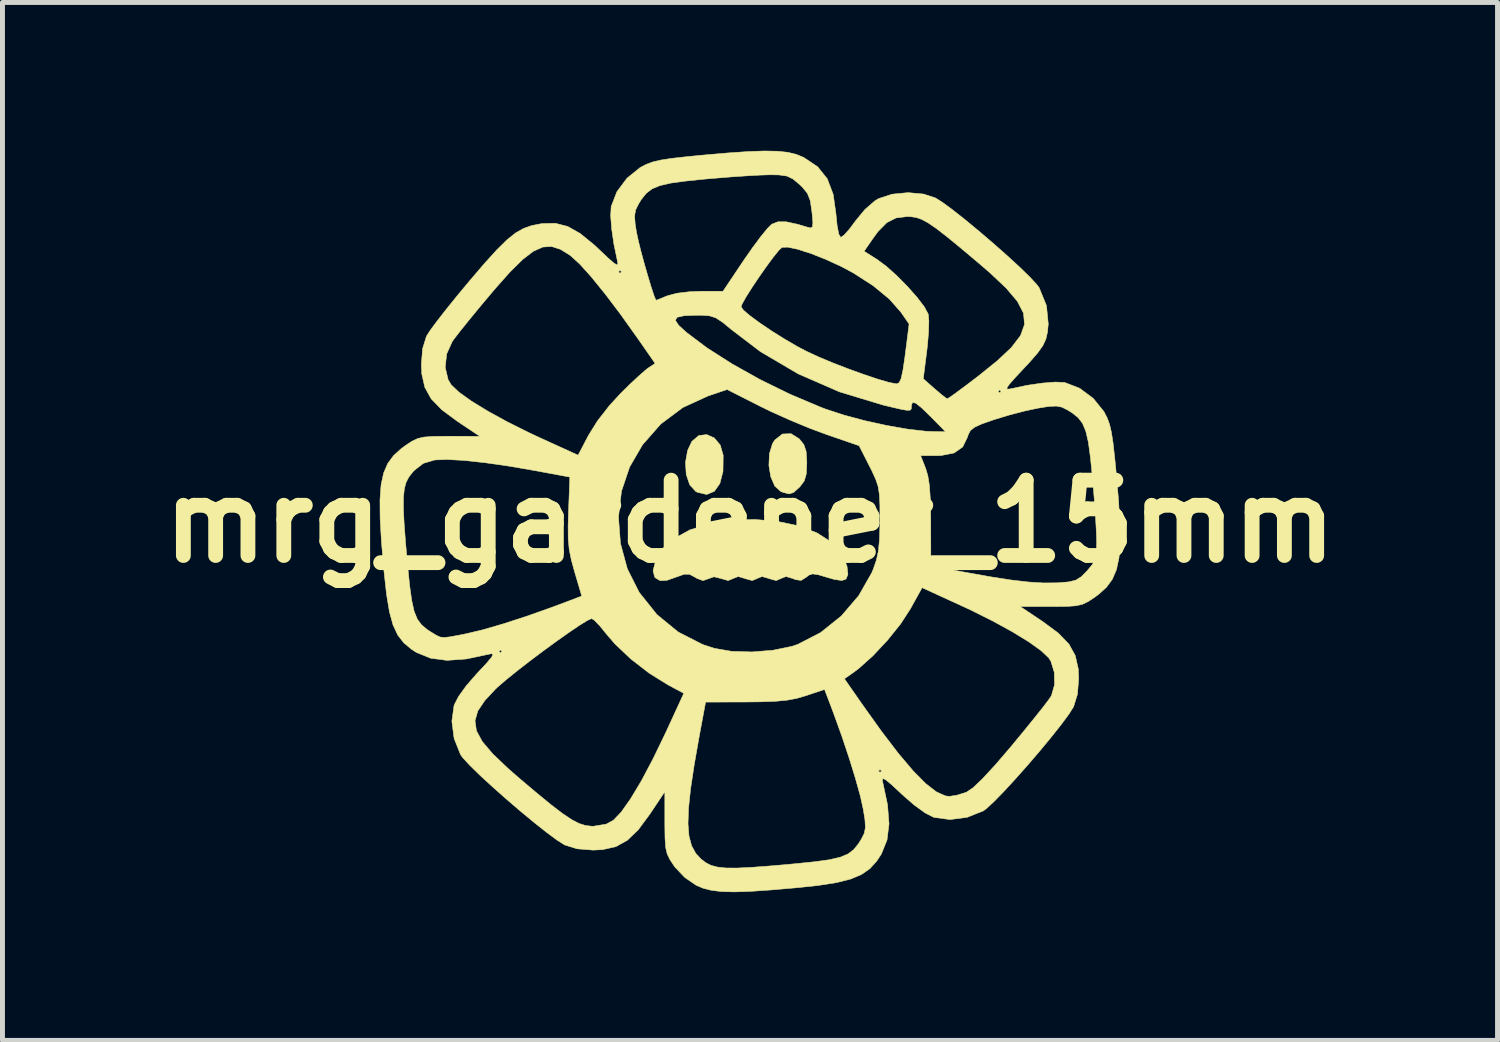
<source format=kicad_pcb>
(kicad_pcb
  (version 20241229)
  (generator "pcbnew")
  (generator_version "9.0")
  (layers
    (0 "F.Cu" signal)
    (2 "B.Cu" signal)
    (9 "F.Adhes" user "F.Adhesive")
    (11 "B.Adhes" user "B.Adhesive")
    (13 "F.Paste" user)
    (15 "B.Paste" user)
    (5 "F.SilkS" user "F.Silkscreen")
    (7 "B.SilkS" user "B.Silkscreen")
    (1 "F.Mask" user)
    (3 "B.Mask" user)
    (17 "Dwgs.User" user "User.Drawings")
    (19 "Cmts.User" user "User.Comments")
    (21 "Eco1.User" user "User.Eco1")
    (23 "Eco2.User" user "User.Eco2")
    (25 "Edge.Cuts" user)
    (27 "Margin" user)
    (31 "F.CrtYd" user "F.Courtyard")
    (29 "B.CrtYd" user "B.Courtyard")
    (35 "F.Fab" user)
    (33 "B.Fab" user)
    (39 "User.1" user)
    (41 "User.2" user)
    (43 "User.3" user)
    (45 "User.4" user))
  (footprint "mrg_gardener_15mm"
    (layer "F.Cu")
    (at 12.127 7.501)
    (property "Reference" "mrg_gardener_15mm" (at 0 0 0) (layer "F.SilkS") (effects (font (size 1.524 1.524) (thickness 0.3))))
    (attr through_hole)
    (fp_poly (pts (xy -0.723 -1.689) (xy -0.603 -1.546) (xy -0.543 -1.339) (xy -0.543 -1.33) (xy -0.547 -1.012) (xy -0.61 -0.768) (xy -0.722 -0.609) (xy -0.876 -0.545) (xy -1.063 -0.588) (xy -1.099 -0.607) (xy -1.221 -0.742) (xy -1.291 -0.95) (xy -1.306 -1.194) (xy -1.263 -1.437) (xy -1.176 -1.62) (xy -1.036 -1.738) (xy -0.876 -1.757) (xy -0.723 -1.689)) (stroke (width 0.01) (type solid)) (fill yes) (layer "F.SilkS"))
    (fp_poly (pts (xy 0.997 -1.67) (xy 1.089 -1.554) (xy 1.135 -1.419) (xy 1.149 -1.216) (xy 1.149 -1.179) (xy 1.139 -0.962) (xy 1.098 -0.82) (xy 1.012 -0.705) (xy 1.001 -0.693) (xy 0.882 -0.586) (xy 0.789 -0.556) (xy 0.665 -0.589) (xy 0.623 -0.605) (xy 0.502 -0.714) (xy 0.42 -0.901) (xy 0.382 -1.131) (xy 0.392 -1.368) (xy 0.455 -1.575) (xy 0.5 -1.646) (xy 0.656 -1.769) (xy 0.83 -1.775) (xy 0.997 -1.67)) (stroke (width 0.01) (type solid)) (fill yes) (layer "F.SilkS"))
    (fp_poly (pts (xy 0.547 -0.002) (xy 0.976 0.088) (xy 1.351 0.23) (xy 1.651 0.421) (xy 1.748 0.517) (xy 1.881 0.708) (xy 1.962 0.904) (xy 1.981 1.072) (xy 1.942 1.167) (xy 1.858 1.196) (xy 1.703 1.173) (xy 1.561 1.132) (xy 1.375 1.077) (xy 1.264 1.062) (xy 1.189 1.088) (xy 1.137 1.13) (xy 1.033 1.194) (xy 0.916 1.177) (xy 0.87 1.157) (xy 0.73 1.115) (xy 0.631 1.152) (xy 0.626 1.156) (xy 0.528 1.197) (xy 0.391 1.159) (xy 0.385 1.156) (xy 0.245 1.115) (xy 0.146 1.153) (xy 0.143 1.156) (xy 0.044 1.197) (xy -0.093 1.159) (xy -0.099 1.156) (xy -0.238 1.115) (xy -0.338 1.153) (xy -0.341 1.156) (xy -0.444 1.197) (xy -0.578 1.158) (xy -0.729 1.12) (xy -0.842 1.16) (xy -0.952 1.198) (xy -1.074 1.153) (xy -1.109 1.131) (xy -1.224 1.07) (xy -1.329 1.068) (xy -1.476 1.12) (xy -1.683 1.193) (xy -1.82 1.199) (xy -1.917 1.14) (xy -1.93 1.125) (xy -1.962 1) (xy -1.918 0.825) (xy -1.814 0.632) (xy -1.663 0.449) (xy -1.552 0.355) (xy -1.218 0.172) (xy -0.817 0.046) (xy -0.373 -0.024) (xy 0.089 -0.04) (xy 0.547 -0.002)) (stroke (width 0.01) (type solid)) (fill yes) (layer "F.SilkS"))
    (fp_poly (pts (xy 0.555 -7.491) (xy 0.763 -7.469) (xy 0.931 -7.429) (xy 1.076 -7.37) (xy 1.09 -7.363) (xy 1.368 -7.177) (xy 1.563 -6.934) (xy 1.683 -6.618) (xy 1.737 -6.238) (xy 1.763 -5.982) (xy 1.796 -5.813) (xy 1.835 -5.748) (xy 1.838 -5.748) (xy 1.904 -5.795) (xy 2.013 -5.917) (xy 2.134 -6.08) (xy 2.326 -6.313) (xy 2.527 -6.487) (xy 2.601 -6.532) (xy 2.876 -6.622) (xy 3.198 -6.653) (xy 3.514 -6.624) (xy 3.752 -6.546) (xy 3.899 -6.453) (xy 4.109 -6.298) (xy 4.363 -6.097) (xy 4.644 -5.864) (xy 4.933 -5.617) (xy 5.212 -5.37) (xy 5.462 -5.14) (xy 5.665 -4.942) (xy 5.804 -4.792) (xy 5.851 -4.728) (xy 5.999 -4.365) (xy 6.035 -3.995) (xy 6.019 -3.83) (xy 5.987 -3.689) (xy 5.925 -3.556) (xy 5.817 -3.405) (xy 5.646 -3.209) (xy 5.544 -3.101) (xy 5.355 -2.898) (xy 5.241 -2.768) (xy 5.196 -2.698) (xy 5.211 -2.675) (xy 5.278 -2.684) (xy 5.292 -2.687) (xy 5.606 -2.754) (xy 5.914 -2.799) (xy 6.179 -2.82) (xy 6.367 -2.811) (xy 6.374 -2.809) (xy 6.671 -2.694) (xy 6.946 -2.489) (xy 7.16 -2.224) (xy 7.164 -2.217) (xy 7.226 -2.098) (xy 7.274 -1.968) (xy 7.313 -1.803) (xy 7.347 -1.58) (xy 7.381 -1.275) (xy 7.409 -0.991) (xy 7.458 -0.415) (xy 7.485 0.056) (xy 7.488 0.435) (xy 7.466 0.738) (xy 7.414 0.979) (xy 7.331 1.172) (xy 7.214 1.331) (xy 7.061 1.47) (xy 6.965 1.541) (xy 6.838 1.624) (xy 6.726 1.677) (xy 6.597 1.707) (xy 6.417 1.72) (xy 6.155 1.723) (xy 6.085 1.723) (xy 5.467 1.722) (xy 5.922 2.026) (xy 6.237 2.259) (xy 6.452 2.481) (xy 6.581 2.714) (xy 6.642 2.984) (xy 6.651 3.177) (xy 6.625 3.498) (xy 6.548 3.747) (xy 6.546 3.752) (xy 6.452 3.901) (xy 6.295 4.113) (xy 6.092 4.369) (xy 5.858 4.652) (xy 5.609 4.942) (xy 5.36 5.222) (xy 5.129 5.473) (xy 4.93 5.676) (xy 4.78 5.814) (xy 4.719 5.858) (xy 4.392 5.988) (xy 4.045 6.033) (xy 3.724 5.989) (xy 3.712 5.985) (xy 3.544 5.899) (xy 3.326 5.742) (xy 3.088 5.535) (xy 3.06 5.509) (xy 2.867 5.329) (xy 2.747 5.229) (xy 2.687 5.201) (xy 2.677 5.238) (xy 2.682 5.261) (xy 2.782 5.731) (xy 2.813 6.12) (xy 2.772 6.446) (xy 2.659 6.728) (xy 2.564 6.873) (xy 2.427 7.025) (xy 2.257 7.144) (xy 2.036 7.237) (xy 1.746 7.31) (xy 1.369 7.368) (xy 0.954 7.412) (xy 0.432 7.457) (xy 0.014 7.486) (xy -0.317 7.497) (xy -0.577 7.49) (xy -0.782 7.465) (xy -0.95 7.422) (xy -1.09 7.363) (xy -1.321 7.204) (xy -1.522 6.992) (xy -1.541 6.965) (xy -1.624 6.838) (xy -1.677 6.726) (xy -1.707 6.596) (xy -1.72 6.415) (xy -1.724 6.152) (xy -1.724 6.118) (xy -1.255 6.118) (xy -1.235 6.368) (xy -1.182 6.564) (xy -1.098 6.717) (xy -0.993 6.83) (xy -0.898 6.904) (xy -0.792 6.959) (xy -0.662 6.994) (xy -0.489 7.013) (xy -0.258 7.014) (xy 0.045 6.999) (xy 0.439 6.969) (xy 0.903 6.928) (xy 1.304 6.887) (xy 1.604 6.846) (xy 1.824 6.795) (xy 1.983 6.729) (xy 2.101 6.639) (xy 2.197 6.518) (xy 2.255 6.424) (xy 2.312 6.311) (xy 2.334 6.197) (xy 2.326 6.041) (xy 2.292 5.828) (xy 2.233 5.56) (xy 2.135 5.207) (xy 2.087 5.05) (xy 2.6 5.05) (xy 2.631 5.08) (xy 2.661 5.05) (xy 2.631 5.02) (xy 2.6 5.05) (xy 2.087 5.05) (xy 2.007 4.792) (xy 1.857 4.343) (xy 1.692 3.885) (xy 1.638 3.741) (xy 1.508 3.4) (xy 1.132 3.526) (xy 0.944 3.581) (xy 0.748 3.618) (xy 0.513 3.64) (xy 0.21 3.651) (xy -0.072 3.654) (xy -0.899 3.656) (xy -1.023 4.322) (xy -1.128 4.916) (xy -1.202 5.404) (xy -1.244 5.801) (xy -1.255 6.118) (xy -1.724 6.118) (xy -1.724 6.086) (xy -1.724 5.469) (xy -2.027 5.923) (xy -2.26 6.238) (xy -2.482 6.452) (xy -2.715 6.582) (xy -2.986 6.642) (xy -3.177 6.651) (xy -3.498 6.625) (xy -3.747 6.548) (xy -3.752 6.546) (xy -3.901 6.452) (xy -4.113 6.295) (xy -4.369 6.092) (xy -4.652 5.858) (xy -4.942 5.609) (xy -5.222 5.36) (xy -5.473 5.129) (xy -5.676 4.93) (xy -5.814 4.78) (xy -5.858 4.719) (xy -5.988 4.392) (xy -6.033 4.045) (xy -6.032 4.034) (xy -5.565 4.034) (xy -5.536 4.236) (xy -5.418 4.454) (xy -5.207 4.703) (xy -4.9 4.996) (xy -4.687 5.182) (xy -4.318 5.494) (xy -4.025 5.734) (xy -3.794 5.911) (xy -3.61 6.034) (xy -3.46 6.112) (xy -3.33 6.153) (xy -3.205 6.168) (xy -3.173 6.169) (xy -2.911 6.126) (xy -2.765 6.047) (xy -2.607 5.882) (xy -2.417 5.613) (xy -2.2 5.252) (xy -1.966 4.811) (xy -1.718 4.299) (xy -1.716 4.295) (xy -1.34 3.479) (xy -1.664 3.305) (xy -1.859 3.184) (xy 1.91 3.184) (xy 2.265 3.694) (xy 2.66 4.247) (xy 3.004 4.697) (xy 3.302 5.049) (xy 3.556 5.306) (xy 3.772 5.473) (xy 3.954 5.554) (xy 4.033 5.564) (xy 4.188 5.54) (xy 4.369 5.483) (xy 4.38 5.479) (xy 4.512 5.39) (xy 4.707 5.205) (xy 4.966 4.924) (xy 5.292 4.544) (xy 5.306 4.526) (xy 5.54 4.243) (xy 5.75 3.984) (xy 5.923 3.767) (xy 6.044 3.608) (xy 6.099 3.527) (xy 6.162 3.305) (xy 6.157 3.054) (xy 6.088 2.83) (xy 6.046 2.763) (xy 5.892 2.617) (xy 5.642 2.437) (xy 5.31 2.234) (xy 4.913 2.016) (xy 4.467 1.793) (xy 4.249 1.692) (xy 3.482 1.341) (xy 3.244 1.771) (xy 3.045 2.077) (xy 2.78 2.406) (xy 2.485 2.721) (xy 2.195 2.98) (xy 2.089 3.059) (xy 1.91 3.184) (xy -1.859 3.184) (xy -2.043 3.069) (xy -2.415 2.781) (xy -2.74 2.472) (xy -2.916 2.266) (xy -3.044 2.109) (xy -3.15 2) (xy -3.205 1.965) (xy -3.286 2.001) (xy -3.444 2.098) (xy -3.659 2.243) (xy -3.912 2.422) (xy -4.186 2.622) (xy -4.462 2.829) (xy -4.72 3.03) (xy -4.943 3.21) (xy -5.112 3.356) (xy -5.15 3.392) (xy -5.368 3.626) (xy -5.508 3.835) (xy -5.565 4.034) (xy -6.032 4.034) (xy -5.989 3.724) (xy -5.985 3.712) (xy -5.899 3.544) (xy -5.742 3.326) (xy -5.535 3.088) (xy -5.509 3.06) (xy -5.329 2.867) (xy -5.229 2.747) (xy -5.201 2.687) (xy -5.238 2.677) (xy -5.261 2.682) (xy -5.737 2.783) (xy -6.132 2.812) (xy -6.464 2.768) (xy -6.751 2.651) (xy -6.782 2.631) (xy -5.08 2.631) (xy -5.05 2.661) (xy -5.02 2.631) (xy -5.05 2.6) (xy -5.08 2.631) (xy -6.782 2.631) (xy -6.849 2.588) (xy -7.006 2.457) (xy -7.129 2.299) (xy -7.224 2.095) (xy -7.297 1.828) (xy -7.355 1.478) (xy -7.405 1.027) (xy -7.409 0.991) (xy -7.458 0.415) (xy -7.485 -0.056) (xy -7.487 -0.256) (xy -7.014 -0.256) (xy -6.999 0.049) (xy -6.969 0.444) (xy -6.928 0.896) (xy -6.888 1.298) (xy -6.846 1.599) (xy -6.797 1.819) (xy -6.733 1.977) (xy -6.646 2.094) (xy -6.531 2.19) (xy -6.453 2.24) (xy -6.35 2.303) (xy -6.273 2.339) (xy -6.189 2.349) (xy -6.067 2.335) (xy -5.874 2.299) (xy -5.735 2.271) (xy -5.408 2.193) (xy -4.994 2.073) (xy -4.517 1.918) (xy -4.001 1.735) (xy -3.744 1.639) (xy -3.405 1.51) (xy -3.552 1.012) (xy -3.618 0.772) (xy -3.659 0.565) (xy -3.679 0.352) (xy -3.681 0.092) (xy -3.676 -0.087) (xy -2.662 -0.087) (xy -2.622 0.445) (xy -2.482 0.961) (xy -2.243 1.435) (xy -2.241 1.438) (xy -1.883 1.886) (xy -1.453 2.238) (xy -0.958 2.491) (xy -0.724 2.568) (xy -0.371 2.629) (xy 0.042 2.641) (xy 0.463 2.607) (xy 0.842 2.529) (xy 0.968 2.487) (xy 1.429 2.249) (xy 1.847 1.914) (xy 2.199 1.503) (xy 2.463 1.04) (xy 2.493 0.968) (xy 2.557 0.784) (xy 2.598 0.596) (xy 2.62 0.366) (xy 2.629 0.059) (xy 2.629 -0.032) (xy 2.628 -0.329) (xy 2.618 -0.541) (xy 2.593 -0.703) (xy 2.545 -0.849) (xy 2.469 -1.016) (xy 2.419 -1.115) (xy 2.31 -1.33) (xy 3.453 -1.33) (xy 3.554 -1.073) (xy 3.598 -0.926) (xy 3.629 -0.734) (xy 3.647 -0.476) (xy 3.656 -0.129) (xy 3.657 0.042) (xy 3.659 0.9) (xy 4.324 1.024) (xy 4.85 1.118) (xy 5.279 1.185) (xy 5.633 1.226) (xy 5.933 1.245) (xy 6.199 1.243) (xy 6.227 1.242) (xy 6.448 1.224) (xy 6.592 1.189) (xy 6.703 1.119) (xy 6.817 1.005) (xy 6.928 0.871) (xy 6.988 0.749) (xy 7.011 0.592) (xy 7.014 0.409) (xy 7.008 0.211) (xy 6.992 -0.074) (xy 6.969 -0.413) (xy 6.939 -0.773) (xy 6.928 -0.903) (xy 6.887 -1.304) (xy 6.846 -1.604) (xy 6.795 -1.824) (xy 6.729 -1.983) (xy 6.639 -2.101) (xy 6.518 -2.197) (xy 6.424 -2.255) (xy 6.311 -2.312) (xy 6.197 -2.334) (xy 6.041 -2.326) (xy 5.828 -2.292) (xy 5.561 -2.235) (xy 5.246 -2.153) (xy 4.949 -2.063) (xy 4.934 -2.058) (xy 4.694 -1.974) (xy 4.545 -1.907) (xy 4.461 -1.84) (xy 4.416 -1.758) (xy 4.401 -1.707) (xy 4.304 -1.507) (xy 4.129 -1.385) (xy 3.865 -1.333) (xy 3.769 -1.33) (xy 3.453 -1.33) (xy 2.31 -1.33) (xy 2.207 -1.532) (xy 1.542 -1.761) (xy 1.198 -1.889) (xy 0.806 -2.052) (xy 0.423 -2.224) (xy 0.207 -2.329) (xy -0.463 -2.669) (xy -0.846 -2.54) (xy -1.359 -2.305) (xy -1.805 -1.972) (xy -2.176 -1.55) (xy -2.436 -1.102) (xy -2.601 -0.612) (xy -2.662 -0.087) (xy -3.676 -0.087) (xy -3.673 -0.192) (xy -3.646 -0.897) (xy -4.318 -1.022) (xy -4.866 -1.117) (xy -5.361 -1.188) (xy -5.787 -1.234) (xy -6.129 -1.253) (xy -6.371 -1.244) (xy -6.386 -1.242) (xy -6.611 -1.175) (xy -6.797 -1.03) (xy -6.83 -0.993) (xy -6.904 -0.897) (xy -6.959 -0.792) (xy -6.995 -0.66) (xy -7.013 -0.487) (xy -7.014 -0.256) (xy -7.487 -0.256) (xy -7.488 -0.435) (xy -7.466 -0.738) (xy -7.414 -0.979) (xy -7.331 -1.172) (xy -7.214 -1.331) (xy -7.061 -1.47) (xy -6.965 -1.541) (xy -6.838 -1.624) (xy -6.726 -1.677) (xy -6.597 -1.707) (xy -6.417 -1.72) (xy -6.155 -1.723) (xy -6.085 -1.723) (xy -5.467 -1.722) (xy -5.922 -2.026) (xy -6.237 -2.259) (xy -6.452 -2.481) (xy -6.581 -2.714) (xy -6.642 -2.984) (xy -6.648 -3.117) (xy -6.168 -3.117) (xy -6.109 -2.868) (xy -6.046 -2.763) (xy -5.892 -2.617) (xy -5.642 -2.437) (xy -5.31 -2.234) (xy -4.912 -2.015) (xy -4.465 -1.792) (xy -4.248 -1.691) (xy -3.479 -1.34) (xy -3.268 -1.743) (xy -3.088 -2.032) (xy -2.844 -2.345) (xy -2.632 -2.576) (xy -2.434 -2.772) (xy -2.252 -2.942) (xy -2.113 -3.064) (xy -2.064 -3.102) (xy -1.92 -3.197) (xy -2.27 -3.7) (xy -2.533 -4.069) (xy -1.511 -4.069) (xy -1.443 -3.967) (xy -1.286 -3.824) (xy -0.867 -3.509) (xy -0.359 -3.185) (xy 0.21 -2.867) (xy 0.811 -2.573) (xy 1.416 -2.317) (xy 1.53 -2.273) (xy 1.899 -2.152) (xy 2.325 -2.038) (xy 2.768 -1.941) (xy 3.192 -1.867) (xy 3.557 -1.825) (xy 3.687 -1.819) (xy 3.957 -1.814) (xy 3.659 -2.117) (xy 3.474 -2.297) (xy 3.355 -2.392) (xy 3.29 -2.408) (xy 3.266 -2.351) (xy 3.266 -2.328) (xy 3.263 -2.278) (xy 3.24 -2.251) (xy 3.175 -2.248) (xy 3.047 -2.271) (xy 2.833 -2.321) (xy 2.691 -2.355) (xy 1.807 -2.623) (xy 0.975 -2.986) (xy 0.211 -3.435) (xy -0.373 -3.88) (xy -0.557 -4.031) (xy -0.692 -4.119) (xy -0.82 -4.16) (xy -0.983 -4.172) (xy -1.069 -4.172) (xy -1.329 -4.163) (xy -1.475 -4.131) (xy -1.511 -4.069) (xy -2.533 -4.069) (xy -2.614 -4.183) (xy -2.735 -4.343) (xy -0.181 -4.343) (xy -0.132 -4.274) (xy 0.001 -4.161) (xy 0.198 -4.016) (xy 0.436 -3.855) (xy 0.696 -3.692) (xy 0.955 -3.541) (xy 1.141 -3.443) (xy 1.384 -3.33) (xy 1.676 -3.208) (xy 1.992 -3.086) (xy 2.305 -2.973) (xy 2.588 -2.878) (xy 2.815 -2.812) (xy 2.961 -2.784) (xy 2.969 -2.784) (xy 3.017 -2.807) (xy 3.057 -2.89) (xy 3.093 -3.052) (xy 3.132 -3.312) (xy 3.142 -3.388) (xy 3.219 -3.995) (xy 3.054 -4.233) (xy 2.82 -4.499) (xy 2.491 -4.77) (xy 2.09 -5.028) (xy 1.845 -5.159) (xy 1.531 -5.303) (xy 1.231 -5.422) (xy 1.09 -5.467) (xy 2.309 -5.467) (xy 2.571 -5.301) (xy 2.76 -5.161) (xy 2.973 -4.97) (xy 3.186 -4.754) (xy 3.378 -4.537) (xy 3.525 -4.345) (xy 3.604 -4.2) (xy 3.608 -4.187) (xy 3.619 -4.054) (xy 3.613 -3.84) (xy 3.592 -3.58) (xy 3.578 -3.454) (xy 3.506 -2.887) (xy 3.734 -2.686) (xy 3.87 -2.57) (xy 3.966 -2.496) (xy 3.991 -2.482) (xy 4.048 -2.516) (xy 4.181 -2.61) (xy 4.208 -2.631) (xy 5.02 -2.631) (xy 5.05 -2.6) (xy 5.08 -2.631) (xy 5.05 -2.661) (xy 5.02 -2.631) (xy 4.208 -2.631) (xy 4.37 -2.751) (xy 4.596 -2.923) (xy 4.613 -2.936) (xy 5.003 -3.25) (xy 5.29 -3.52) (xy 5.474 -3.761) (xy 5.555 -3.987) (xy 5.534 -4.213) (xy 5.411 -4.452) (xy 5.185 -4.719) (xy 4.857 -5.029) (xy 4.627 -5.227) (xy 4.272 -5.526) (xy 3.994 -5.754) (xy 3.779 -5.921) (xy 3.611 -6.037) (xy 3.478 -6.11) (xy 3.364 -6.15) (xy 3.255 -6.166) (xy 3.18 -6.169) (xy 2.955 -6.141) (xy 2.769 -6.047) (xy 2.591 -5.867) (xy 2.486 -5.724) (xy 2.309 -5.467) (xy 1.09 -5.467) (xy 0.966 -5.507) (xy 0.762 -5.55) (xy 0.647 -5.546) (xy 0.583 -5.486) (xy 0.472 -5.349) (xy 0.333 -5.16) (xy 0.182 -4.945) (xy 0.038 -4.73) (xy -0.082 -4.54) (xy -0.16 -4.4) (xy -0.181 -4.343) (xy -2.735 -4.343) (xy -2.93 -4.601) (xy -3.21 -4.946) (xy -3.303 -5.05) (xy -2.661 -5.05) (xy -2.631 -5.02) (xy -2.6 -5.05) (xy -2.631 -5.08) (xy -2.661 -5.05) (xy -3.303 -5.05) (xy -3.446 -5.208) (xy -3.63 -5.376) (xy -3.645 -5.387) (xy -3.837 -5.506) (xy -4.015 -5.563) (xy -4.193 -5.552) (xy -4.383 -5.467) (xy -4.599 -5.302) (xy -4.854 -5.051) (xy -5.16 -4.706) (xy -5.227 -4.627) (xy -5.458 -4.352) (xy -5.671 -4.093) (xy -5.85 -3.871) (xy -5.978 -3.706) (xy -6.024 -3.643) (xy -6.139 -3.388) (xy -6.168 -3.117) (xy -6.648 -3.117) (xy -6.651 -3.177) (xy -6.625 -3.498) (xy -6.548 -3.747) (xy -6.545 -3.752) (xy -6.473 -3.864) (xy -6.337 -4.048) (xy -6.15 -4.288) (xy -5.927 -4.564) (xy -5.682 -4.859) (xy -5.672 -4.871) (xy -5.369 -5.225) (xy -5.124 -5.495) (xy -4.922 -5.694) (xy -4.747 -5.835) (xy -4.584 -5.928) (xy -4.417 -5.987) (xy -4.23 -6.023) (xy -4.204 -6.027) (xy -3.94 -6.033) (xy -3.69 -5.969) (xy -3.433 -5.824) (xy -3.144 -5.587) (xy -3.061 -5.509) (xy -2.87 -5.328) (xy -2.751 -5.225) (xy -2.69 -5.19) (xy -2.674 -5.215) (xy -2.688 -5.292) (xy -2.755 -5.613) (xy -2.8 -5.923) (xy -2.82 -6.183) (xy -2.336 -6.183) (xy -2.324 -6.018) (xy -2.298 -5.855) (xy -2.263 -5.69) (xy -2.208 -5.469) (xy -2.141 -5.221) (xy -2.069 -4.971) (xy -2.001 -4.746) (xy -1.945 -4.575) (xy -1.907 -4.483) (xy -1.9 -4.475) (xy -1.843 -4.496) (xy -1.716 -4.548) (xy -1.672 -4.566) (xy -1.48 -4.617) (xy -1.214 -4.649) (xy -1.001 -4.657) (xy -0.547 -4.657) (xy -0.122 -5.291) (xy 0.053 -5.542) (xy 0.216 -5.761) (xy 0.35 -5.925) (xy 0.437 -6.012) (xy 0.439 -6.014) (xy 0.564 -6.063) (xy 0.731 -6.063) (xy 0.966 -6.012) (xy 1.143 -5.959) (xy 1.224 -5.938) (xy 1.263 -5.959) (xy 1.272 -6.045) (xy 1.257 -6.222) (xy 1.252 -6.267) (xy 1.22 -6.487) (xy 1.163 -6.636) (xy 1.059 -6.764) (xy 1.002 -6.819) (xy 0.869 -6.929) (xy 0.748 -6.988) (xy 0.59 -7.011) (xy 0.409 -7.014) (xy 0.211 -7.008) (xy -0.074 -6.992) (xy -0.413 -6.969) (xy -0.773 -6.939) (xy -0.903 -6.928) (xy -1.304 -6.887) (xy -1.604 -6.846) (xy -1.824 -6.795) (xy -1.983 -6.729) (xy -2.1 -6.639) (xy -2.197 -6.518) (xy -2.256 -6.423) (xy -2.315 -6.304) (xy -2.336 -6.183) (xy -2.82 -6.183) (xy -2.82 -6.188) (xy -2.81 -6.372) (xy -2.809 -6.374) (xy -2.694 -6.671) (xy -2.489 -6.946) (xy -2.224 -7.16) (xy -2.217 -7.164) (xy -2.098 -7.226) (xy -1.968 -7.274) (xy -1.803 -7.313) (xy -1.58 -7.347) (xy -1.275 -7.381) (xy -0.991 -7.409) (xy -0.465 -7.455) (xy -0.042 -7.484) (xy 0.292 -7.496) (xy 0.555 -7.491)) (stroke (width 0.01) (type solid)) (fill yes) (layer "F.SilkS")))
  (gr_rect
    (start -3 -3)
    (end 27.253 18.003)
    (stroke (width 0.1) (type default))
    (fill no)
    (layer "Edge.Cuts")))
</source>
